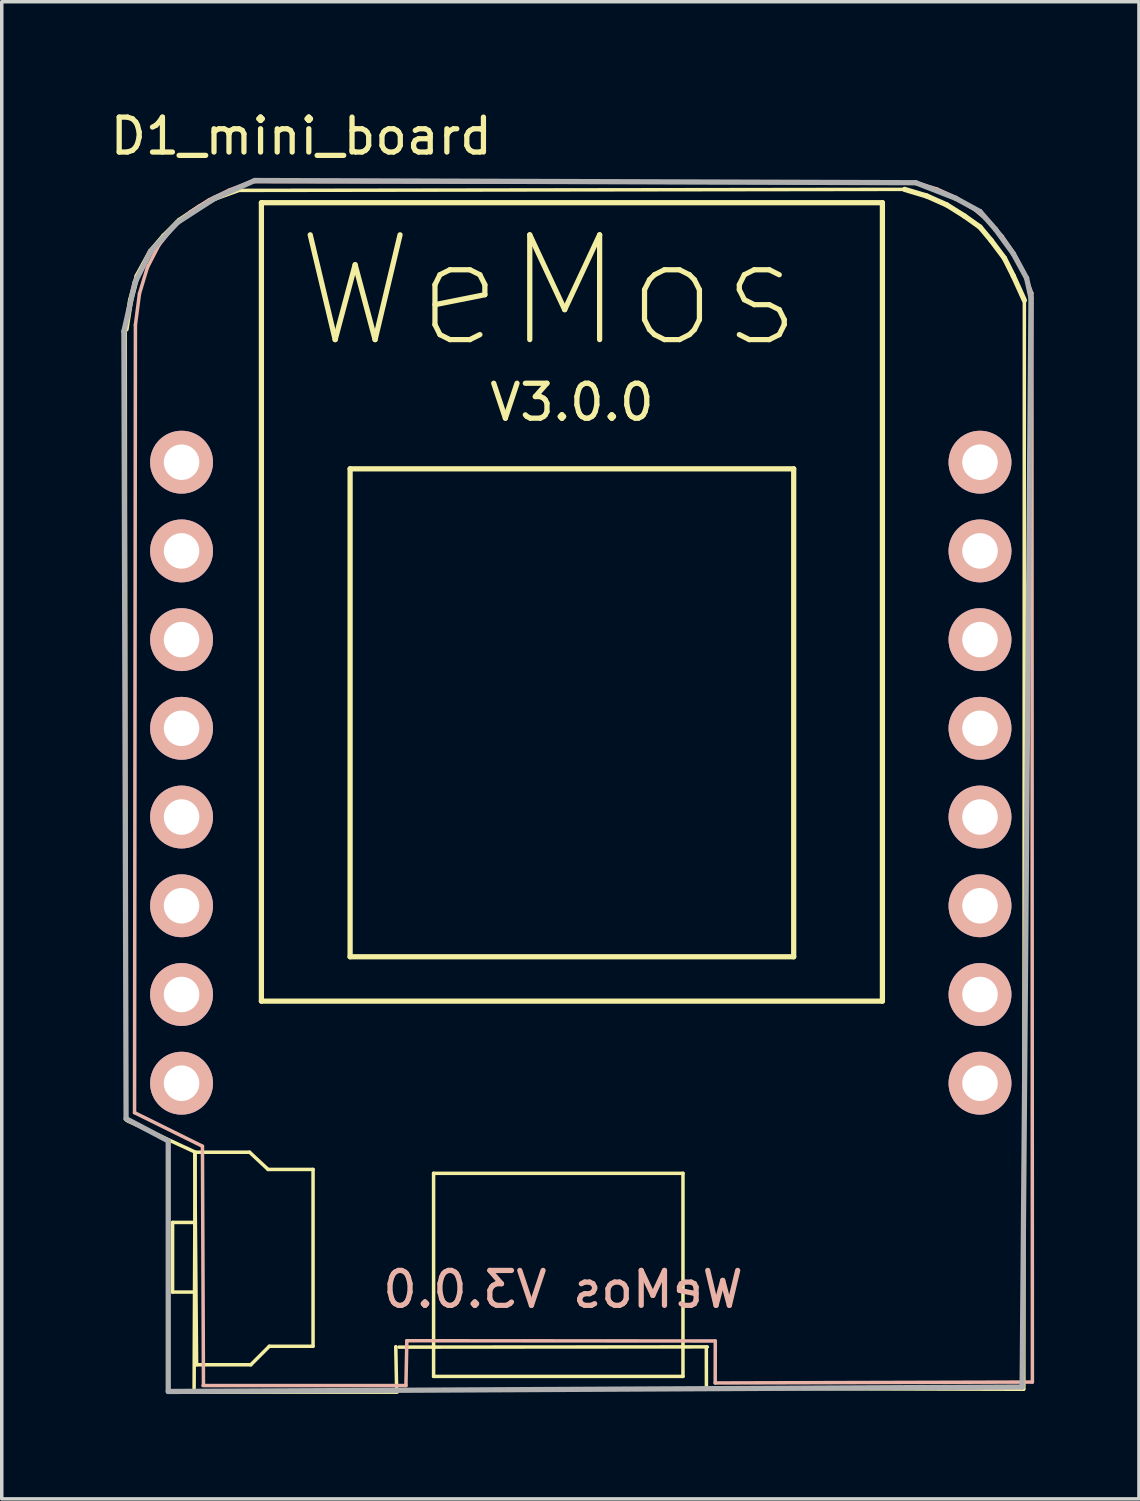
<source format=kicad_pcb>
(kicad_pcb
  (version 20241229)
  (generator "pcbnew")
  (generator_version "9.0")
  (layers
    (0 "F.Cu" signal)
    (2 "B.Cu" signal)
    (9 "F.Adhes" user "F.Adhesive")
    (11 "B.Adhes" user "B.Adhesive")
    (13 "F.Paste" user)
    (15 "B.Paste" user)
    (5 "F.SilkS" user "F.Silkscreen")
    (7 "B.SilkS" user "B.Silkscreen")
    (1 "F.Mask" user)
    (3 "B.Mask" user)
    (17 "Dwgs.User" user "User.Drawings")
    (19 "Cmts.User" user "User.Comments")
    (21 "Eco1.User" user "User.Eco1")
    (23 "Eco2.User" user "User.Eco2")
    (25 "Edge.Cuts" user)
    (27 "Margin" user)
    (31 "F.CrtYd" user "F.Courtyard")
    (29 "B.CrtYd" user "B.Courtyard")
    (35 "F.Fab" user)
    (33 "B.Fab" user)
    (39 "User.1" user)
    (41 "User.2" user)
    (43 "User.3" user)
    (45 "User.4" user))
  (footprint "D1_mini_board"
    (layer "F.Cu")
    (at 13.959 18.628)
    (property "Reference" "D1_mini_board" (at -8.382 -17.78 0) (layer "F.SilkS") (effects (font (size 1 1) (thickness 0.15))))
    (attr through_hole)
    (fp_line (start -13.399 -12.255) (end -13.271 -13.081) (stroke (width 0.15) (type solid)) (layer "F.SilkS"))
    (fp_line (start -13.399 10.351) (end -13.423 -12.205) (stroke (width 0.1) (type solid)) (layer "F.SilkS"))
    (fp_line (start -13.374 10.406) (end -11.43 11.303) (stroke (width 0.1) (type solid)) (layer "F.SilkS"))
    (fp_line (start -13.271 -13.081) (end -13.081 -13.78) (stroke (width 0.15) (type solid)) (layer "F.SilkS"))
    (fp_line (start -13.081 -13.78) (end -12.7 -14.478) (stroke (width 0.15) (type solid)) (layer "F.SilkS"))
    (fp_line (start -12.7 -14.478) (end -12.319 -14.922) (stroke (width 0.15) (type solid)) (layer "F.SilkS"))
    (fp_line (start -12.319 -14.922) (end -11.874 -15.367) (stroke (width 0.15) (type solid)) (layer "F.SilkS"))
    (fp_line (start -12.068 13.321) (end -11.451 13.321) (stroke (width 0.1) (type solid)) (layer "F.SilkS"))
    (fp_line (start -12.068 15.315) (end -12.068 13.321) (stroke (width 0.1) (type solid)) (layer "F.SilkS"))
    (fp_line (start -11.874 -15.367) (end -11.303 -15.748) (stroke (width 0.15) (type solid)) (layer "F.SilkS"))
    (fp_line (start -11.452 18.182) (end -11.423 11.374) (stroke (width 0.1) (type solid)) (layer "F.SilkS"))
    (fp_line (start -11.452 18.182) (end -5.641 18.182) (stroke (width 0.1) (type solid)) (layer "F.SilkS"))
    (fp_line (start -11.433 11.311) (end -11.38 17.396) (stroke (width 0.1) (type solid)) (layer "F.SilkS"))
    (fp_line (start -11.415 15.315) (end -12.068 15.315) (stroke (width 0.1) (type solid)) (layer "F.SilkS"))
    (fp_line (start -11.38 17.396) (end -9.828 17.396) (stroke (width 0.1) (type solid)) (layer "F.SilkS"))
    (fp_line (start -11.303 -15.748) (end -10.858 -16.002) (stroke (width 0.15) (type solid)) (layer "F.SilkS"))
    (fp_line (start -10.858 -16.002) (end -10.16 -16.256) (stroke (width 0.15) (type solid)) (layer "F.SilkS"))
    (fp_line (start -9.863 11.311) (end -11.433 11.311) (stroke (width 0.1) (type solid)) (layer "F.SilkS"))
    (fp_line (start -9.828 17.396) (end -9.299 16.867) (stroke (width 0.1) (type solid)) (layer "F.SilkS"))
    (fp_line (start -9.525 -15.875) (end 8.255 -15.875) (stroke (width 0.15) (type solid)) (layer "F.SilkS"))
    (fp_line (start -9.525 6.985) (end -9.525 -15.875) (stroke (width 0.15) (type solid)) (layer "F.SilkS"))
    (fp_line (start -9.334 11.804) (end -9.863 11.311) (stroke (width 0.1) (type solid)) (layer "F.SilkS"))
    (fp_line (start -9.299 16.867) (end -8.046 16.867) (stroke (width 0.1) (type solid)) (layer "F.SilkS"))
    (fp_line (start -8.046 11.804) (end -9.334 11.804) (stroke (width 0.1) (type solid)) (layer "F.SilkS"))
    (fp_line (start -8.046 16.867) (end -8.046 11.804) (stroke (width 0.1) (type solid)) (layer "F.SilkS"))
    (fp_line (start -6.985 -8.255) (end -6.985 5.715) (stroke (width 0.15) (type solid)) (layer "F.SilkS"))
    (fp_line (start -6.985 5.715) (end 5.715 5.715) (stroke (width 0.15) (type solid)) (layer "F.SilkS"))
    (fp_line (start -5.678 16.878) (end -5.652 18.161) (stroke (width 0.1) (type solid)) (layer "F.SilkS"))
    (fp_line (start -5.588 16.891) (end 3.243 16.884) (stroke (width 0.1) (type solid)) (layer "F.SilkS"))
    (fp_line (start -4.595 11.915) (end 2.545 11.915) (stroke (width 0.1) (type solid)) (layer "F.SilkS"))
    (fp_line (start -4.595 17.729) (end -4.595 11.915) (stroke (width 0.1) (type solid)) (layer "F.SilkS"))
    (fp_line (start 2.545 11.915) (end 2.545 17.729) (stroke (width 0.1) (type solid)) (layer "F.SilkS"))
    (fp_line (start 2.545 17.729) (end -4.595 17.729) (stroke (width 0.1) (type solid)) (layer "F.SilkS"))
    (fp_line (start 3.214 18.071) (end 12.295 18.098) (stroke (width 0.1) (type solid)) (layer "F.SilkS"))
    (fp_line (start 3.216 18.098) (end 3.214 16.895) (stroke (width 0.1) (type solid)) (layer "F.SilkS"))
    (fp_line (start 5.715 -8.255) (end -6.985 -8.255) (stroke (width 0.15) (type solid)) (layer "F.SilkS"))
    (fp_line (start 5.715 5.715) (end 5.715 -8.255) (stroke (width 0.15) (type solid)) (layer "F.SilkS"))
    (fp_line (start 8.255 -15.875) (end 8.255 6.985) (stroke (width 0.15) (type solid)) (layer "F.SilkS"))
    (fp_line (start 8.255 6.985) (end -9.525 6.985) (stroke (width 0.15) (type solid)) (layer "F.SilkS"))
    (fp_line (start 8.89 -16.256) (end -10.148 -16.227) (stroke (width 0.1) (type solid)) (layer "F.SilkS"))
    (fp_line (start 8.89 -16.256) (end 9.525 -16.066) (stroke (width 0.15) (type solid)) (layer "F.SilkS"))
    (fp_line (start 9.525 -16.066) (end 10.097 -15.812) (stroke (width 0.15) (type solid)) (layer "F.SilkS"))
    (fp_line (start 10.097 -15.812) (end 10.604 -15.494) (stroke (width 0.15) (type solid)) (layer "F.SilkS"))
    (fp_line (start 10.604 -15.494) (end 11.049 -15.177) (stroke (width 0.15) (type solid)) (layer "F.SilkS"))
    (fp_line (start 11.049 -15.177) (end 11.367 -14.796) (stroke (width 0.15) (type solid)) (layer "F.SilkS"))
    (fp_line (start 11.367 -14.796) (end 11.748 -14.287) (stroke (width 0.15) (type solid)) (layer "F.SilkS"))
    (fp_line (start 11.748 -14.287) (end 12.002 -13.78) (stroke (width 0.15) (type solid)) (layer "F.SilkS"))
    (fp_line (start 12.002 -13.78) (end 12.319 -13.081) (stroke (width 0.15) (type solid)) (layer "F.SilkS"))
    (fp_line (start 12.319 -13.081) (end 12.305 18.089) (stroke (width 0.1) (type solid)) (layer "F.SilkS"))
    (fp_line (start -13.157 10.178) (end -11.213 11.139) (stroke (width 0.1) (type solid)) (layer "B.SilkS"))
    (fp_line (start -13.132 -12.377) (end -13.157 10.178) (stroke (width 0.1) (type solid)) (layer "B.SilkS"))
    (fp_line (start -13.016 -13.27) (end -13.132 -12.377) (stroke (width 0.1) (type solid)) (layer "B.SilkS"))
    (fp_line (start -12.788 -14.025) (end -13.016 -13.27) (stroke (width 0.1) (type solid)) (layer "B.SilkS"))
    (fp_line (start -12.461 -14.657) (end -12.788 -14.025) (stroke (width 0.1) (type solid)) (layer "B.SilkS"))
    (fp_line (start -12.048 -15.18) (end -12.461 -14.657) (stroke (width 0.1) (type solid)) (layer "B.SilkS"))
    (fp_line (start -11.562 -15.609) (end -12.048 -15.18) (stroke (width 0.1) (type solid)) (layer "B.SilkS"))
    (fp_line (start -11.213 11.139) (end -11.184 17.947) (stroke (width 0.1) (type solid)) (layer "B.SilkS"))
    (fp_line (start -11.198 17.992) (end -5.387 17.992) (stroke (width 0.1) (type solid)) (layer "B.SilkS"))
    (fp_line (start -11.019 -15.959) (end -11.562 -15.609) (stroke (width 0.1) (type solid)) (layer "B.SilkS"))
    (fp_line (start -10.431 -16.243) (end -11.019 -15.959) (stroke (width 0.1) (type solid)) (layer "B.SilkS"))
    (fp_line (start -9.811 -16.477) (end -10.431 -16.243) (stroke (width 0.1) (type solid)) (layer "B.SilkS"))
    (fp_line (start -5.387 17.992) (end -5.361 16.708) (stroke (width 0.1) (type solid)) (layer "B.SilkS"))
    (fp_line (start -5.361 16.708) (end 3.47 16.715) (stroke (width 0.1) (type solid)) (layer "B.SilkS"))
    (fp_line (start 3.468 17.917) (end 12.549 17.891) (stroke (width 0.1) (type solid)) (layer "B.SilkS"))
    (fp_line (start 3.47 16.715) (end 3.468 17.917) (stroke (width 0.1) (type solid)) (layer "B.SilkS"))
    (fp_line (start 9.226 -16.448) (end -9.811 -16.477) (stroke (width 0.1) (type solid)) (layer "B.SilkS"))
    (fp_line (start 9.824 -16.263) (end 9.226 -16.448) (stroke (width 0.1) (type solid)) (layer "B.SilkS"))
    (fp_line (start 10.368 -16.016) (end 9.824 -16.263) (stroke (width 0.1) (type solid)) (layer "B.SilkS"))
    (fp_line (start 10.86 -15.708) (end 10.368 -16.016) (stroke (width 0.1) (type solid)) (layer "B.SilkS"))
    (fp_line (start 11.298 -15.34) (end 10.86 -15.708) (stroke (width 0.1) (type solid)) (layer "B.SilkS"))
    (fp_line (start 11.684 -14.913) (end 11.298 -15.34) (stroke (width 0.1) (type solid)) (layer "B.SilkS"))
    (fp_line (start 12.019 -14.427) (end 11.684 -14.913) (stroke (width 0.1) (type solid)) (layer "B.SilkS"))
    (fp_line (start 12.302 -13.882) (end 12.019 -14.427) (stroke (width 0.1) (type solid)) (layer "B.SilkS"))
    (fp_line (start 12.535 -13.279) (end 12.302 -13.882) (stroke (width 0.1) (type solid)) (layer "B.SilkS"))
    (fp_line (start 12.549 17.891) (end 12.535 -13.279) (stroke (width 0.1) (type solid)) (layer "B.SilkS"))
    (fp_line (start -13.462 -12.192) (end -13.145 -13.589) (stroke (width 0.15) (type solid)) (layer "F.Fab"))
    (fp_line (start -13.399 10.351) (end -13.462 -12.192) (stroke (width 0.15) (type solid)) (layer "F.Fab"))
    (fp_line (start -13.145 -13.589) (end -12.7 -14.478) (stroke (width 0.15) (type solid)) (layer "F.Fab"))
    (fp_line (start -12.7 -14.478) (end -11.938 -15.303) (stroke (width 0.15) (type solid)) (layer "F.Fab"))
    (fp_line (start -12.192 10.986) (end -13.399 10.351) (stroke (width 0.15) (type solid)) (layer "F.Fab"))
    (fp_line (start -12.192 18.161) (end -12.192 10.986) (stroke (width 0.15) (type solid)) (layer "F.Fab"))
    (fp_line (start -11.938 -15.303) (end -10.858 -16.002) (stroke (width 0.15) (type solid)) (layer "F.Fab"))
    (fp_line (start -10.858 -16.002) (end -9.716 -16.51) (stroke (width 0.15) (type solid)) (layer "F.Fab"))
    (fp_line (start -9.716 -16.51) (end 9.207 -16.447) (stroke (width 0.15) (type solid)) (layer "F.Fab"))
    (fp_line (start 9.207 -16.447) (end 10.351 -16.002) (stroke (width 0.15) (type solid)) (layer "F.Fab"))
    (fp_line (start 10.351 -16.002) (end 11.049 -15.621) (stroke (width 0.15) (type solid)) (layer "F.Fab"))
    (fp_line (start 11.049 -15.621) (end 11.493 -15.113) (stroke (width 0.15) (type solid)) (layer "F.Fab"))
    (fp_line (start 11.493 -15.113) (end 12.002 -14.415) (stroke (width 0.15) (type solid)) (layer "F.Fab"))
    (fp_line (start 12.002 -14.415) (end 12.383 -13.716) (stroke (width 0.15) (type solid)) (layer "F.Fab"))
    (fp_line (start 12.255 18.034) (end -12.192 18.161) (stroke (width 0.15) (type solid)) (layer "F.Fab"))
    (fp_line (start 12.383 -13.716) (end 12.509 -13.145) (stroke (width 0.15) (type solid)) (layer "F.Fab"))
    (fp_line (start 12.509 -13.145) (end 12.255 18.034) (stroke (width 0.15) (type solid)) (layer "F.Fab"))
    (fp_text user "V3.0.0" (at -0.635 -10.16 0) (layer "F.SilkS") (effects (font (size 1 1) (thickness 0.15))))
    (fp_text user "WeMos" (at -1.27 -13.335 180) (layer "F.SilkS") (effects (font (size 3 3) (thickness 0.15))))
    (fp_text user "WeMos V3.0.0" (at -0.889 15.24 180) (layer "B.SilkS") (effects (font (size 1 1) (thickness 0.15)) (justify mirror)))
    (pad "1" thru_hole circle (at 11.049 9.335 180) (size 1.8 1.8) (drill 1.016) (layers "*.Cu" "*.Mask" "B.SilkS"))
    (pad "2" thru_hole circle (at 11.049 6.795 180) (size 1.8 1.8) (drill 1.016) (layers "*.Cu" "*.Mask" "B.SilkS"))
    (pad "3" thru_hole circle (at 11.049 4.255 180) (size 1.8 1.8) (drill 1.016) (layers "*.Cu" "*.Mask" "B.SilkS"))
    (pad "4" thru_hole circle (at 11.049 1.714 180) (size 1.8 1.8) (drill 1.016) (layers "*.Cu" "*.Mask" "B.SilkS"))
    (pad "5" thru_hole circle (at 11.049 -0.826 180) (size 1.8 1.8) (drill 1.016) (layers "*.Cu" "*.Mask" "B.SilkS"))
    (pad "6" thru_hole circle (at 11.049 -3.365 180) (size 1.8 1.8) (drill 1.016) (layers "*.Cu" "*.Mask" "B.SilkS"))
    (pad "7" thru_hole circle (at 11.049 -5.905 180) (size 1.8 1.8) (drill 1.016) (layers "*.Cu" "*.Mask" "B.SilkS"))
    (pad "8" thru_hole circle (at 11.049 -8.445 180) (size 1.8 1.8) (drill 1.016) (layers "*.Cu" "*.Mask" "B.SilkS"))
    (pad "9" thru_hole circle (at -11.811 -8.445 180) (size 1.8 1.8) (drill 1.016) (layers "*.Cu" "*.Mask" "B.SilkS"))
    (pad "10" thru_hole circle (at -11.811 -5.905 180) (size 1.8 1.8) (drill 1.016) (layers "*.Cu" "*.Mask" "B.SilkS"))
    (pad "11" thru_hole circle (at -11.811 -3.365 180) (size 1.8 1.8) (drill 1.016) (layers "*.Cu" "*.Mask" "B.SilkS"))
    (pad "12" thru_hole circle (at -11.811 -0.826 180) (size 1.8 1.8) (drill 1.016) (layers "*.Cu" "*.Mask" "B.SilkS"))
    (pad "13" thru_hole circle (at -11.811 1.714 180) (size 1.8 1.8) (drill 1.016) (layers "*.Cu" "*.Mask" "B.SilkS"))
    (pad "14" thru_hole circle (at -11.811 4.255 180) (size 1.8 1.8) (drill 1.016) (layers "*.Cu" "*.Mask" "B.SilkS"))
    (pad "15" thru_hole circle (at -11.811 6.795 180) (size 1.8 1.8) (drill 1.016) (layers "*.Cu" "*.Mask" "B.SilkS"))
    (pad "16" thru_hole circle (at -11.811 9.335 180) (size 1.8 1.8) (drill 1.016) (layers "*.Cu" "*.Mask" "B.SilkS")))
  (gr_rect
    (start -3 -3)
    (end 29.559 39.864)
    (stroke (width 0.1) (type default))
    (fill no)
    (layer "Edge.Cuts")))
</source>
